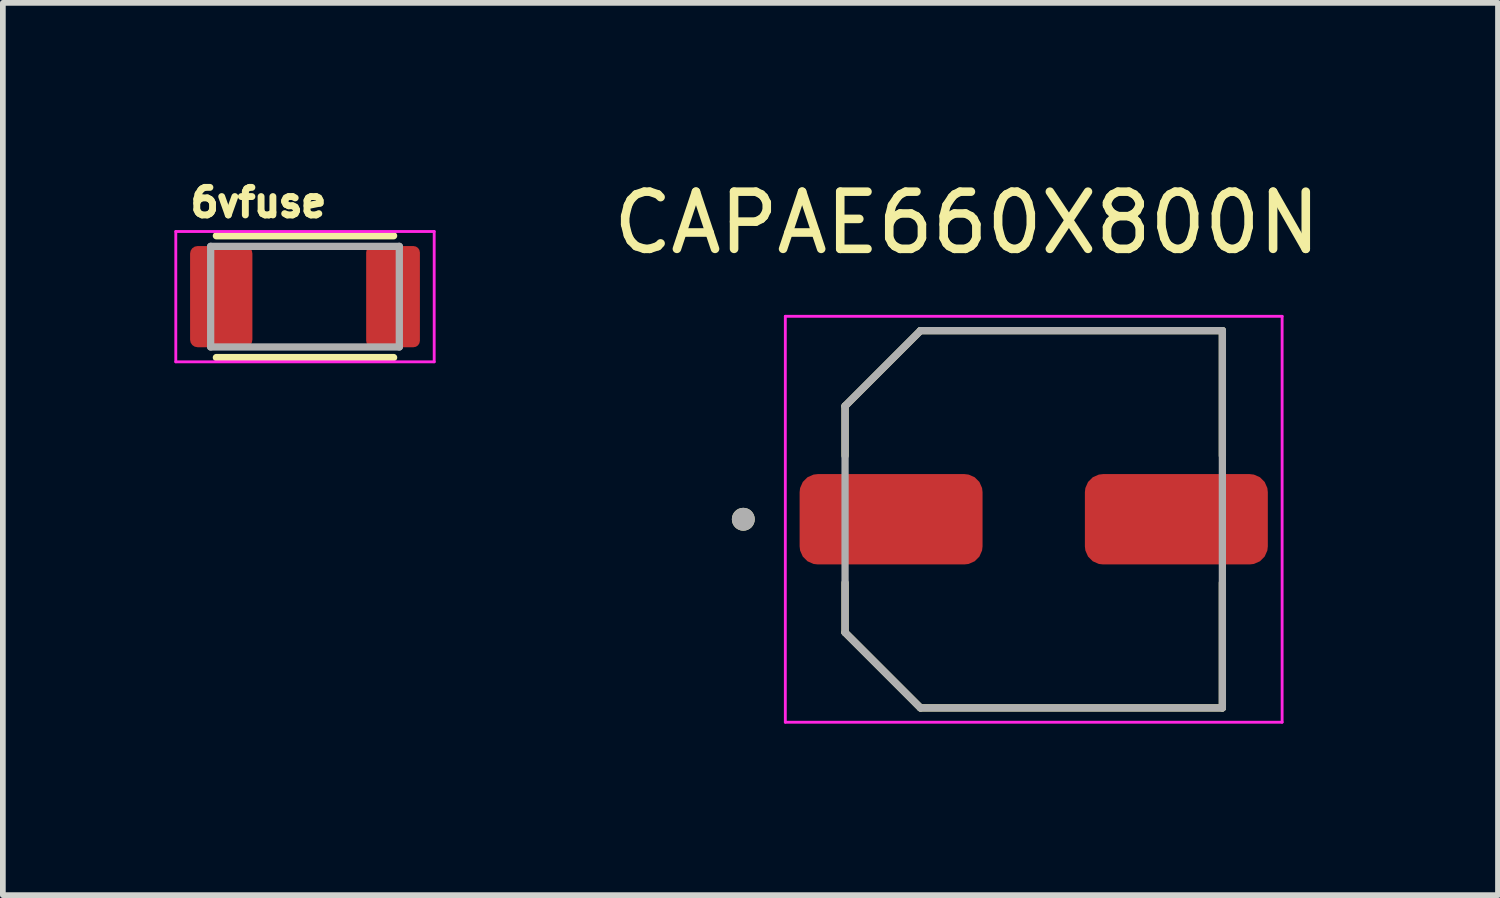
<source format=kicad_pcb>
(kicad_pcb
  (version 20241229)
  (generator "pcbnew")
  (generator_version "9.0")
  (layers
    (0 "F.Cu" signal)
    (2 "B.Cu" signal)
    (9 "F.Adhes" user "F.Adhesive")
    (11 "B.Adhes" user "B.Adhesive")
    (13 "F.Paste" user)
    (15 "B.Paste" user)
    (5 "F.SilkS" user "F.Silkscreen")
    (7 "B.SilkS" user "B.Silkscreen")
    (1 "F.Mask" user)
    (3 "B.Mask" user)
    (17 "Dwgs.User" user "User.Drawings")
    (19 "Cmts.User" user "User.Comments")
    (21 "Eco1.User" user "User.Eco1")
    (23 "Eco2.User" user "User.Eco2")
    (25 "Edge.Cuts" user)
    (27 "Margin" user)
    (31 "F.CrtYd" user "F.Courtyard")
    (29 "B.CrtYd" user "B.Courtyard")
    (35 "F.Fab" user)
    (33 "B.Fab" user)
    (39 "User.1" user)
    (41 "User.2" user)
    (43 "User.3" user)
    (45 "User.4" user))
  (footprint "6vfuse"
    (layer "F.Cu")
    (at 2.285 2.139)
    (property "Reference" "6vfuse" (at -0.814 -1.646 0) (layer "F.SilkS") (effects (font (size 0.482 0.482) (thickness 0.15))))
    (attr smd)
    (fp_line (start -1.55 -1.065) (end 1.55 -1.065) (stroke (width 0.127) (type solid)) (layer "F.SilkS"))
    (fp_line (start -1.55 1.065) (end 1.55 1.065) (stroke (width 0.127) (type solid)) (layer "F.SilkS"))
    (fp_line (start -2.26 -1.14) (end 2.26 -1.14) (stroke (width 0.05) (type solid)) (layer "F.CrtYd"))
    (fp_line (start -2.26 1.14) (end -2.26 -1.14) (stroke (width 0.05) (type solid)) (layer "F.CrtYd"))
    (fp_line (start 2.26 -1.14) (end 2.26 1.14) (stroke (width 0.05) (type solid)) (layer "F.CrtYd"))
    (fp_line (start 2.26 1.14) (end -2.26 1.14) (stroke (width 0.05) (type solid)) (layer "F.CrtYd"))
    (fp_line (start -1.65 -0.88) (end -1.65 0.88) (stroke (width 0.127) (type solid)) (layer "F.Fab"))
    (fp_line (start -1.65 -0.88) (end 1.65 -0.88) (stroke (width 0.127) (type solid)) (layer "F.Fab"))
    (fp_line (start -1.65 0.88) (end 1.65 0.88) (stroke (width 0.127) (type solid)) (layer "F.Fab"))
    (fp_line (start 1.65 -0.88) (end 1.65 0.88) (stroke (width 0.127) (type solid)) (layer "F.Fab"))
    (pad "1" smd roundrect (at -1.465 0) (size 1.09 1.77) (layers "F.Cu" "F.Mask" "F.Paste") (roundrect_rratio 0.12))
    (pad "2" smd roundrect (at 1.54 0) (size 0.94 1.77) (layers "F.Cu" "F.Mask" "F.Paste") (roundrect_rratio 0.12)))
  (footprint "CAPAE660X800N"
    (layer "F.Cu")
    (at 15.032 6.033)
    (property "Reference" "CAPAE660X800N" (at -1.17 -5.185 0) (layer "F.SilkS") (effects (font (size 1 1) (thickness 0.15))))
    (attr smd)
    (fp_line (start -3.3 -1.98) (end -1.98 -3.3) (stroke (width 0.127) (type solid)) (layer "F.SilkS"))
    (fp_line (start -3.3 -1.11) (end -3.3 -1.98) (stroke (width 0.127) (type solid)) (layer "F.SilkS"))
    (fp_line (start -3.3 1.98) (end -3.3 1.11) (stroke (width 0.127) (type solid)) (layer "F.SilkS"))
    (fp_line (start -1.98 -3.3) (end 3.3 -3.3) (stroke (width 0.127) (type solid)) (layer "F.SilkS"))
    (fp_line (start -1.98 3.3) (end -3.3 1.98) (stroke (width 0.127) (type solid)) (layer "F.SilkS"))
    (fp_line (start 3.3 -3.3) (end 3.3 -1.11) (stroke (width 0.127) (type solid)) (layer "F.SilkS"))
    (fp_line (start 3.3 3.3) (end -1.98 3.3) (stroke (width 0.127) (type solid)) (layer "F.SilkS"))
    (fp_line (start 3.3 3.3) (end 3.3 1.11) (stroke (width 0.127) (type solid)) (layer "F.SilkS"))
    (fp_circle (center -5.08 0) (end -4.98 0) (stroke (width 0.2) (type solid)) (fill no) (layer "F.SilkS"))
    (fp_line (start -4.345 -3.55) (end -4.345 3.55) (stroke (width 0.05) (type solid)) (layer "F.CrtYd"))
    (fp_line (start -4.345 3.55) (end 4.345 3.55) (stroke (width 0.05) (type solid)) (layer "F.CrtYd"))
    (fp_line (start 4.345 -3.55) (end -4.345 -3.55) (stroke (width 0.05) (type solid)) (layer "F.CrtYd"))
    (fp_line (start 4.345 3.55) (end 4.345 -3.55) (stroke (width 0.05) (type solid)) (layer "F.CrtYd"))
    (fp_line (start -3.3 -1.98) (end -1.98 -3.3) (stroke (width 0.127) (type solid)) (layer "F.Fab"))
    (fp_line (start -3.3 1.98) (end -3.3 -1.98) (stroke (width 0.127) (type solid)) (layer "F.Fab"))
    (fp_line (start -1.98 -3.3) (end 3.3 -3.3) (stroke (width 0.127) (type solid)) (layer "F.Fab"))
    (fp_line (start -1.98 3.3) (end -3.3 1.98) (stroke (width 0.127) (type solid)) (layer "F.Fab"))
    (fp_line (start 3.3 -3.3) (end 3.3 3.3) (stroke (width 0.127) (type solid)) (layer "F.Fab"))
    (fp_line (start 3.3 3.3) (end -1.98 3.3) (stroke (width 0.127) (type solid)) (layer "F.Fab"))
    (fp_circle (center -5.08 0) (end -4.98 0) (stroke (width 0.2) (type solid)) (fill no) (layer "F.Fab"))
    (pad "N" smd roundrect (at 2.495 0) (size 3.2 1.58) (layers "F.Cu" "F.Mask" "F.Paste") (roundrect_rratio 0.2))
    (pad "P" smd roundrect (at -2.495 0) (size 3.2 1.58) (layers "F.Cu" "F.Mask" "F.Paste") (roundrect_rratio 0.2)))
  (gr_rect
    (start -3 -3)
    (end 23.153 12.608)
    (stroke (width 0.1) (type default))
    (fill no)
    (layer "Edge.Cuts")))
</source>
